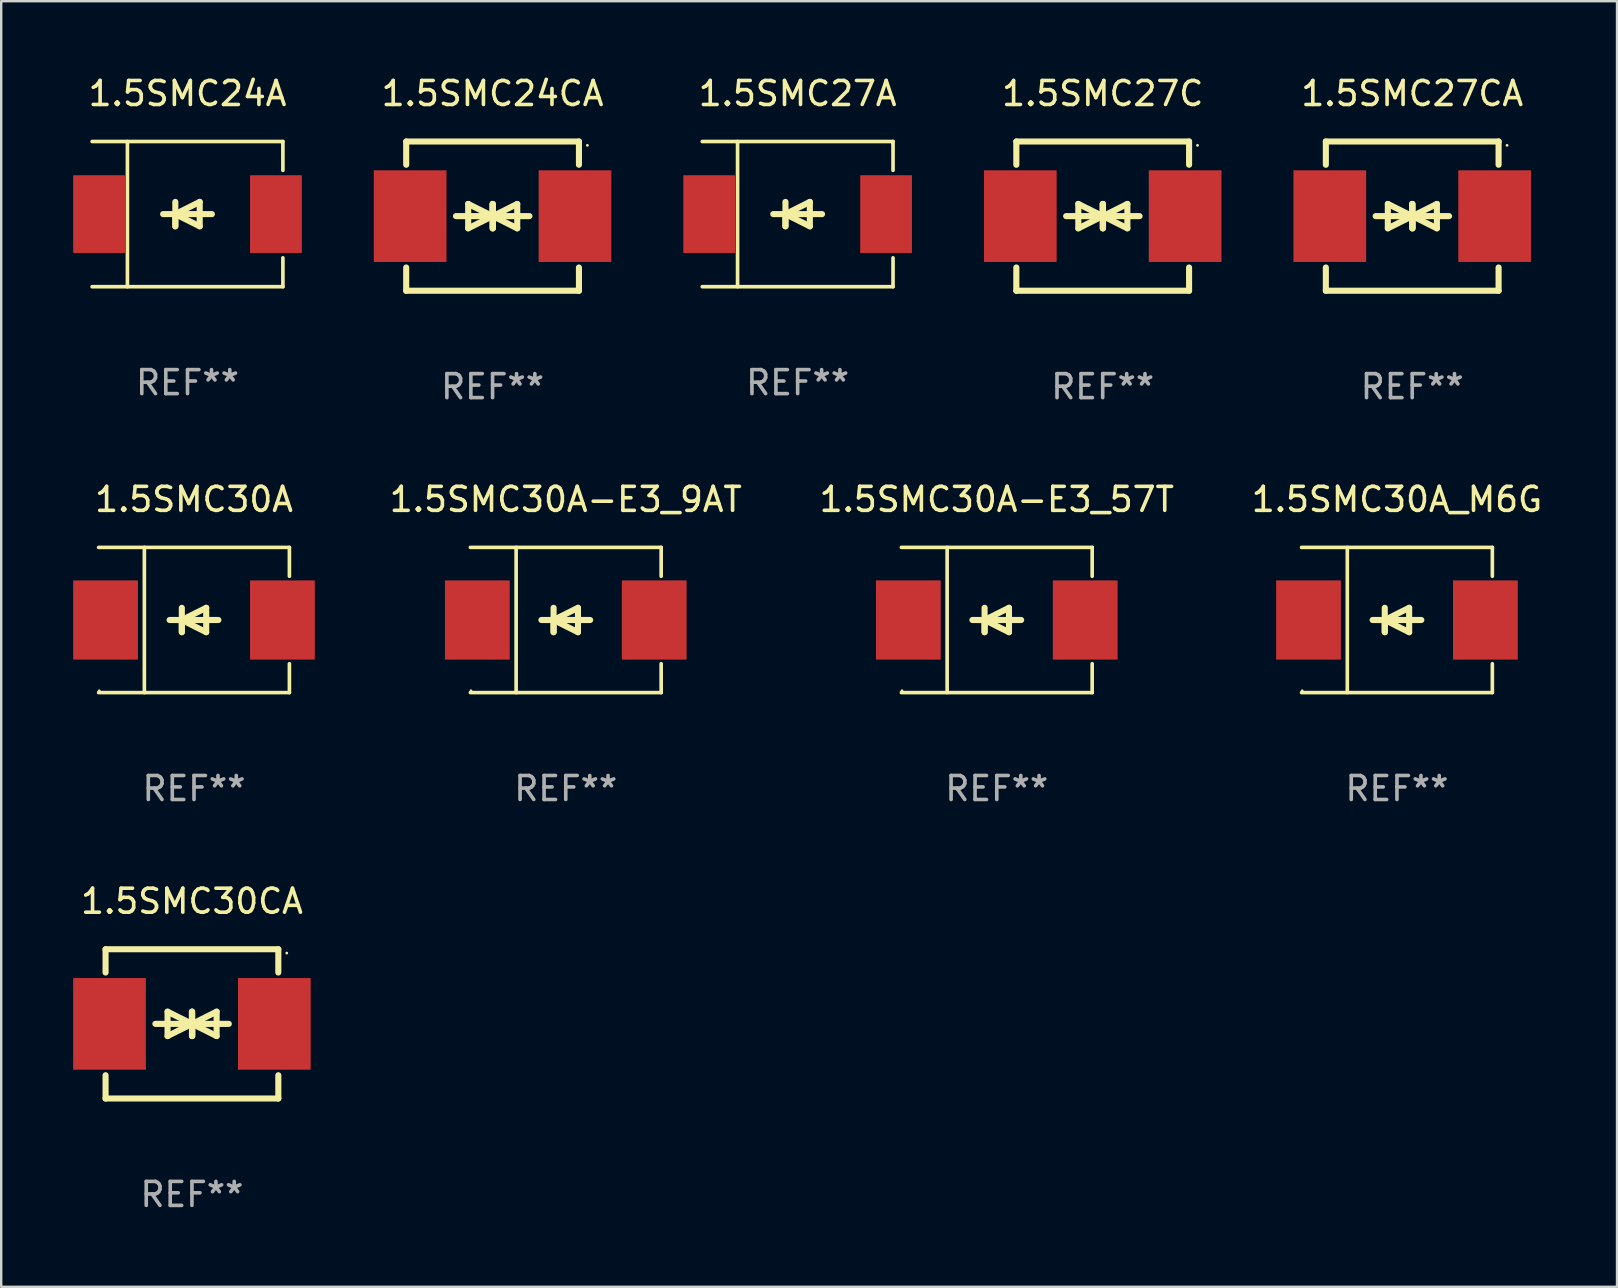
<source format=kicad_pcb>
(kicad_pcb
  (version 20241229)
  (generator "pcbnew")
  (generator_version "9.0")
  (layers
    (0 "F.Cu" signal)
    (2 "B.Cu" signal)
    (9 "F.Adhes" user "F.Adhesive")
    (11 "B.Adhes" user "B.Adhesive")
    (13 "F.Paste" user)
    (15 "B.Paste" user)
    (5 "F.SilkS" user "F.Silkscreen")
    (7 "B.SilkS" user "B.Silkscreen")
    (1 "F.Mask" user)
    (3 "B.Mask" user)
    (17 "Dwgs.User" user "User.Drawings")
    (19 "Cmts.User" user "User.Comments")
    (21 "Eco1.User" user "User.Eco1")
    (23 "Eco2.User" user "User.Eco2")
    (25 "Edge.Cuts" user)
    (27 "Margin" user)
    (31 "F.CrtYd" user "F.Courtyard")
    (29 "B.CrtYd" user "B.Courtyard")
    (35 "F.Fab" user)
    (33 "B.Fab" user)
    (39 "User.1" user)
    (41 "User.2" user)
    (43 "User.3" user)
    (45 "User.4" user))
  (footprint "1.5SMC27C"
    (layer "F.Cu")
    (at 42.91 5.958)
    (property "Reference" "1.5SMC27C" (at 0 -5.11 0) (layer "F.SilkS") (effects (font (size 1 1) (thickness 0.15))))
    (attr through_hole)
    (fp_line (start -3.6 -2.141) (end -3.6 -3.11) (stroke (width 0.254) (type solid)) (layer "F.SilkS"))
    (fp_line (start -3.6 3.11) (end -3.6 2.141) (stroke (width 0.254) (type solid)) (layer "F.SilkS"))
    (fp_line (start -1.524 0) (end 0.508 0) (stroke (width 0.254) (type solid)) (layer "F.SilkS"))
    (fp_line (start -1.016 -0.508) (end -1.016 0.508) (stroke (width 0.254) (type solid)) (layer "F.SilkS"))
    (fp_line (start -1.016 0.508) (end 0 0) (stroke (width 0.254) (type solid)) (layer "F.SilkS"))
    (fp_line (start 0 -0.508) (end 0 0.508) (stroke (width 0.254) (type solid)) (layer "F.SilkS"))
    (fp_line (start 0 0) (end -1.016 -0.508) (stroke (width 0.254) (type solid)) (layer "F.SilkS"))
    (fp_line (start 0 0) (end 0 -0.508) (stroke (width 0.254) (type solid)) (layer "F.SilkS"))
    (fp_line (start 0.012 0) (end 0.012 0.508) (stroke (width 0.254) (type solid)) (layer "F.SilkS"))
    (fp_line (start 0.012 0) (end 1.028 0.508) (stroke (width 0.254) (type solid)) (layer "F.SilkS"))
    (fp_line (start 0.012 0.508) (end 0.012 -0.508) (stroke (width 0.254) (type solid)) (layer "F.SilkS"))
    (fp_line (start 1.028 -0.508) (end 0.012 0) (stroke (width 0.254) (type solid)) (layer "F.SilkS"))
    (fp_line (start 1.028 0.508) (end 1.028 -0.508) (stroke (width 0.254) (type solid)) (layer "F.SilkS"))
    (fp_line (start 1.536 0) (end -0.496 0) (stroke (width 0.254) (type solid)) (layer "F.SilkS"))
    (fp_line (start 3.6 -3.11) (end -3.6 -3.11) (stroke (width 0.254) (type solid)) (layer "F.SilkS"))
    (fp_line (start 3.6 -2.141) (end 3.6 -3.11) (stroke (width 0.254) (type solid)) (layer "F.SilkS"))
    (fp_line (start 3.6 3.11) (end -3.6 3.11) (stroke (width 0.254) (type solid)) (layer "F.SilkS"))
    (fp_line (start 3.6 3.11) (end 3.6 2.141) (stroke (width 0.254) (type solid)) (layer "F.SilkS"))
    (fp_circle (center 3.952 -2.95) (end 3.982 -2.95) (stroke (width 0.06) (type solid)) (fill no) (layer "F.SilkS"))
    (fp_text user "REF**" (at 0 7.11 0) (layer "F.Fab") (effects (font (size 1 1) (thickness 0.15))))
    (pad "1" smd rect (at 3.435 0) (size 3.03 3.82) (layers "F.Cu" "F.Mask" "F.Paste"))
    (pad "2" smd rect (at -3.435 0) (size 3.03 3.82) (layers "F.Cu" "F.Mask" "F.Paste")))
  (footprint "1.5SMC27CA"
    (layer "F.Cu")
    (at 55.81 5.958)
    (property "Reference" "1.5SMC27CA" (at 0 -5.11 0) (layer "F.SilkS") (effects (font (size 1 1) (thickness 0.15))))
    (attr through_hole)
    (fp_line (start -3.6 -2.141) (end -3.6 -3.11) (stroke (width 0.254) (type solid)) (layer "F.SilkS"))
    (fp_line (start -3.6 3.11) (end -3.6 2.141) (stroke (width 0.254) (type solid)) (layer "F.SilkS"))
    (fp_line (start -1.524 0) (end 0.508 0) (stroke (width 0.254) (type solid)) (layer "F.SilkS"))
    (fp_line (start -1.016 -0.508) (end -1.016 0.508) (stroke (width 0.254) (type solid)) (layer "F.SilkS"))
    (fp_line (start -1.016 0.508) (end 0 0) (stroke (width 0.254) (type solid)) (layer "F.SilkS"))
    (fp_line (start 0 -0.508) (end 0 0.508) (stroke (width 0.254) (type solid)) (layer "F.SilkS"))
    (fp_line (start 0 0) (end -1.016 -0.508) (stroke (width 0.254) (type solid)) (layer "F.SilkS"))
    (fp_line (start 0 0) (end 0 -0.508) (stroke (width 0.254) (type solid)) (layer "F.SilkS"))
    (fp_line (start 0.012 0) (end 0.012 0.508) (stroke (width 0.254) (type solid)) (layer "F.SilkS"))
    (fp_line (start 0.012 0) (end 1.028 0.508) (stroke (width 0.254) (type solid)) (layer "F.SilkS"))
    (fp_line (start 0.012 0.508) (end 0.012 -0.508) (stroke (width 0.254) (type solid)) (layer "F.SilkS"))
    (fp_line (start 1.028 -0.508) (end 0.012 0) (stroke (width 0.254) (type solid)) (layer "F.SilkS"))
    (fp_line (start 1.028 0.508) (end 1.028 -0.508) (stroke (width 0.254) (type solid)) (layer "F.SilkS"))
    (fp_line (start 1.536 0) (end -0.496 0) (stroke (width 0.254) (type solid)) (layer "F.SilkS"))
    (fp_line (start 3.6 -3.11) (end -3.6 -3.11) (stroke (width 0.254) (type solid)) (layer "F.SilkS"))
    (fp_line (start 3.6 -2.141) (end 3.6 -3.11) (stroke (width 0.254) (type solid)) (layer "F.SilkS"))
    (fp_line (start 3.6 3.11) (end -3.6 3.11) (stroke (width 0.254) (type solid)) (layer "F.SilkS"))
    (fp_line (start 3.6 3.11) (end 3.6 2.141) (stroke (width 0.254) (type solid)) (layer "F.SilkS"))
    (fp_circle (center 3.952 -2.95) (end 3.982 -2.95) (stroke (width 0.06) (type solid)) (fill no) (layer "F.SilkS"))
    (fp_text user "REF**" (at 0 7.11 0) (layer "F.Fab") (effects (font (size 1 1) (thickness 0.15))))
    (pad "1" smd rect (at 3.435 0) (size 3.03 3.82) (layers "F.Cu" "F.Mask" "F.Paste"))
    (pad "2" smd rect (at -3.435 0) (size 3.03 3.82) (layers "F.Cu" "F.Mask" "F.Paste")))
  (footprint "1.5SMC30A-E3_9AT"
    (layer "F.Cu")
    (at 20.531 22.791)
    (property "Reference" "1.5SMC30A-E3_9AT" (at 0 -5.026 0) (layer "F.SilkS") (effects (font (size 1 1) (thickness 0.15))))
    (attr through_hole)
    (fp_line (start -3.976 -3.026) (end 3.976 -3.026) (stroke (width 0.152) (type solid)) (layer "F.SilkS"))
    (fp_line (start -3.976 3.026) (end 3.976 3.026) (stroke (width 0.152) (type solid)) (layer "F.SilkS"))
    (fp_line (start -2.069 -3.026) (end -2.069 3.026) (stroke (width 0.152) (type solid)) (layer "F.SilkS"))
    (fp_line (start -0.508 0) (end -0.508 0.508) (stroke (width 0.254) (type solid)) (layer "F.SilkS"))
    (fp_line (start -0.508 0) (end 0.508 0.508) (stroke (width 0.254) (type solid)) (layer "F.SilkS"))
    (fp_line (start -0.508 0.508) (end -0.508 -0.508) (stroke (width 0.254) (type solid)) (layer "F.SilkS"))
    (fp_line (start 0.508 -0.508) (end -0.508 0) (stroke (width 0.254) (type solid)) (layer "F.SilkS"))
    (fp_line (start 0.508 0.508) (end 0.508 -0.508) (stroke (width 0.254) (type solid)) (layer "F.SilkS"))
    (fp_line (start 1.016 0) (end -1.016 0) (stroke (width 0.254) (type solid)) (layer "F.SilkS"))
    (fp_line (start 3.976 -3.026) (end 3.976 -1.823) (stroke (width 0.152) (type solid)) (layer "F.SilkS"))
    (fp_line (start 3.976 3.026) (end 3.976 1.823) (stroke (width 0.152) (type solid)) (layer "F.SilkS"))
    (fp_circle (center -3.95 2.95) (end -3.92 2.95) (stroke (width 0.06) (type solid)) (fill no) (layer "F.SilkS"))
    (fp_text user "REF**" (at 0 7.026 0) (layer "F.Fab") (effects (font (size 1 1) (thickness 0.15))))
    (pad "1" smd rect (at -3.686 0) (size 2.7 3.3) (layers "F.Cu" "F.Mask" "F.Paste"))
    (pad "2" smd rect (at 3.686 0) (size 2.7 3.3) (layers "F.Cu" "F.Mask" "F.Paste")))
  (footprint "1.5SMC30CA"
    (layer "F.Cu")
    (at 4.95 39.624)
    (property "Reference" "1.5SMC30CA" (at 0 -5.11 0) (layer "F.SilkS") (effects (font (size 1 1) (thickness 0.15))))
    (attr through_hole)
    (fp_line (start -3.6 -2.141) (end -3.6 -3.11) (stroke (width 0.254) (type solid)) (layer "F.SilkS"))
    (fp_line (start -3.6 3.11) (end -3.6 2.141) (stroke (width 0.254) (type solid)) (layer "F.SilkS"))
    (fp_line (start -1.524 0) (end 0.508 0) (stroke (width 0.254) (type solid)) (layer "F.SilkS"))
    (fp_line (start -1.016 -0.508) (end -1.016 0.508) (stroke (width 0.254) (type solid)) (layer "F.SilkS"))
    (fp_line (start -1.016 0.508) (end 0 0) (stroke (width 0.254) (type solid)) (layer "F.SilkS"))
    (fp_line (start 0 -0.508) (end 0 0.508) (stroke (width 0.254) (type solid)) (layer "F.SilkS"))
    (fp_line (start 0 0) (end -1.016 -0.508) (stroke (width 0.254) (type solid)) (layer "F.SilkS"))
    (fp_line (start 0 0) (end 0 -0.508) (stroke (width 0.254) (type solid)) (layer "F.SilkS"))
    (fp_line (start 0.012 0) (end 0.012 0.508) (stroke (width 0.254) (type solid)) (layer "F.SilkS"))
    (fp_line (start 0.012 0) (end 1.028 0.508) (stroke (width 0.254) (type solid)) (layer "F.SilkS"))
    (fp_line (start 0.012 0.508) (end 0.012 -0.508) (stroke (width 0.254) (type solid)) (layer "F.SilkS"))
    (fp_line (start 1.028 -0.508) (end 0.012 0) (stroke (width 0.254) (type solid)) (layer "F.SilkS"))
    (fp_line (start 1.028 0.508) (end 1.028 -0.508) (stroke (width 0.254) (type solid)) (layer "F.SilkS"))
    (fp_line (start 1.536 0) (end -0.496 0) (stroke (width 0.254) (type solid)) (layer "F.SilkS"))
    (fp_line (start 3.6 -3.11) (end -3.6 -3.11) (stroke (width 0.254) (type solid)) (layer "F.SilkS"))
    (fp_line (start 3.6 -2.141) (end 3.6 -3.11) (stroke (width 0.254) (type solid)) (layer "F.SilkS"))
    (fp_line (start 3.6 3.11) (end -3.6 3.11) (stroke (width 0.254) (type solid)) (layer "F.SilkS"))
    (fp_line (start 3.6 3.11) (end 3.6 2.141) (stroke (width 0.254) (type solid)) (layer "F.SilkS"))
    (fp_circle (center 3.952 -2.95) (end 3.982 -2.95) (stroke (width 0.06) (type solid)) (fill no) (layer "F.SilkS"))
    (fp_text user "REF**" (at 0 7.11 0) (layer "F.Fab") (effects (font (size 1 1) (thickness 0.15))))
    (pad "1" smd rect (at 3.435 0) (size 3.03 3.82) (layers "F.Cu" "F.Mask" "F.Paste"))
    (pad "2" smd rect (at -3.435 0) (size 3.03 3.82) (layers "F.Cu" "F.Mask" "F.Paste")))
  (footprint "1.5SMC24CA"
    (layer "F.Cu")
    (at 17.48 5.958)
    (property "Reference" "1.5SMC24CA" (at 0 -5.11 0) (layer "F.SilkS") (effects (font (size 1 1) (thickness 0.15))))
    (attr through_hole)
    (fp_line (start -3.6 -2.141) (end -3.6 -3.11) (stroke (width 0.254) (type solid)) (layer "F.SilkS"))
    (fp_line (start -3.6 3.11) (end -3.6 2.141) (stroke (width 0.254) (type solid)) (layer "F.SilkS"))
    (fp_line (start -1.524 0) (end 0.508 0) (stroke (width 0.254) (type solid)) (layer "F.SilkS"))
    (fp_line (start -1.016 -0.508) (end -1.016 0.508) (stroke (width 0.254) (type solid)) (layer "F.SilkS"))
    (fp_line (start -1.016 0.508) (end 0 0) (stroke (width 0.254) (type solid)) (layer "F.SilkS"))
    (fp_line (start 0 -0.508) (end 0 0.508) (stroke (width 0.254) (type solid)) (layer "F.SilkS"))
    (fp_line (start 0 0) (end -1.016 -0.508) (stroke (width 0.254) (type solid)) (layer "F.SilkS"))
    (fp_line (start 0 0) (end 0 -0.508) (stroke (width 0.254) (type solid)) (layer "F.SilkS"))
    (fp_line (start 0.012 0) (end 0.012 0.508) (stroke (width 0.254) (type solid)) (layer "F.SilkS"))
    (fp_line (start 0.012 0) (end 1.028 0.508) (stroke (width 0.254) (type solid)) (layer "F.SilkS"))
    (fp_line (start 0.012 0.508) (end 0.012 -0.508) (stroke (width 0.254) (type solid)) (layer "F.SilkS"))
    (fp_line (start 1.028 -0.508) (end 0.012 0) (stroke (width 0.254) (type solid)) (layer "F.SilkS"))
    (fp_line (start 1.028 0.508) (end 1.028 -0.508) (stroke (width 0.254) (type solid)) (layer "F.SilkS"))
    (fp_line (start 1.536 0) (end -0.496 0) (stroke (width 0.254) (type solid)) (layer "F.SilkS"))
    (fp_line (start 3.6 -3.11) (end -3.6 -3.11) (stroke (width 0.254) (type solid)) (layer "F.SilkS"))
    (fp_line (start 3.6 -2.141) (end 3.6 -3.11) (stroke (width 0.254) (type solid)) (layer "F.SilkS"))
    (fp_line (start 3.6 3.11) (end -3.6 3.11) (stroke (width 0.254) (type solid)) (layer "F.SilkS"))
    (fp_line (start 3.6 3.11) (end 3.6 2.141) (stroke (width 0.254) (type solid)) (layer "F.SilkS"))
    (fp_circle (center 3.952 -2.95) (end 3.982 -2.95) (stroke (width 0.06) (type solid)) (fill no) (layer "F.SilkS"))
    (fp_text user "REF**" (at 0 7.11 0) (layer "F.Fab") (effects (font (size 1 1) (thickness 0.15))))
    (pad "1" smd rect (at 3.435 0) (size 3.03 3.82) (layers "F.Cu" "F.Mask" "F.Paste"))
    (pad "2" smd rect (at -3.435 0) (size 3.03 3.82) (layers "F.Cu" "F.Mask" "F.Paste")))
  (footprint "1.5SMC27A"
    (layer "F.Cu")
    (at 30.195 5.874)
    (property "Reference" "1.5SMC27A" (at 0 -5.026 0) (layer "F.SilkS") (effects (font (size 1 1) (thickness 0.15))))
    (attr through_hole)
    (fp_line (start -3.976 -3.026) (end 3.976 -3.026) (stroke (width 0.152) (type solid)) (layer "F.SilkS"))
    (fp_line (start -3.976 3.026) (end 3.976 3.026) (stroke (width 0.152) (type solid)) (layer "F.SilkS"))
    (fp_line (start -2.504 -3.026) (end -2.504 3.026) (stroke (width 0.152) (type solid)) (layer "F.SilkS"))
    (fp_line (start -0.508 0) (end -0.508 0.508) (stroke (width 0.254) (type solid)) (layer "F.SilkS"))
    (fp_line (start -0.508 0) (end 0.508 0.508) (stroke (width 0.254) (type solid)) (layer "F.SilkS"))
    (fp_line (start -0.508 0.508) (end -0.508 -0.508) (stroke (width 0.254) (type solid)) (layer "F.SilkS"))
    (fp_line (start 0.508 -0.508) (end -0.508 0) (stroke (width 0.254) (type solid)) (layer "F.SilkS"))
    (fp_line (start 0.508 0.508) (end 0.508 -0.508) (stroke (width 0.254) (type solid)) (layer "F.SilkS"))
    (fp_line (start 1.016 0) (end -1.016 0) (stroke (width 0.254) (type solid)) (layer "F.SilkS"))
    (fp_line (start 3.976 -3.026) (end 3.976 -1.823) (stroke (width 0.152) (type solid)) (layer "F.SilkS"))
    (fp_line (start 3.976 3.026) (end 3.976 1.823) (stroke (width 0.152) (type solid)) (layer "F.SilkS"))
    (fp_circle (center 3.95 -2.95) (end 3.98 -2.95) (stroke (width 0.06) (type solid)) (fill no) (layer "F.SilkS"))
    (fp_text user "REF**" (at 0 7.026 0) (layer "F.Fab") (effects (font (size 1 1) (thickness 0.15))))
    (pad "1" smd rect (at 3.686 0 180) (size 2.158 3.24) (layers "F.Cu" "F.Mask" "F.Paste"))
    (pad "2" smd rect (at -3.686 0 180) (size 2.158 3.24) (layers "F.Cu" "F.Mask" "F.Paste")))
  (footprint "1.5SMC30A_M6G"
    (layer "F.Cu")
    (at 55.174 22.791)
    (property "Reference" "1.5SMC30A_M6G" (at 0 -5.026 0) (layer "F.SilkS") (effects (font (size 1 1) (thickness 0.15))))
    (attr through_hole)
    (fp_line (start -3.976 -3.026) (end 3.976 -3.026) (stroke (width 0.152) (type solid)) (layer "F.SilkS"))
    (fp_line (start -3.976 3.026) (end 3.976 3.026) (stroke (width 0.152) (type solid)) (layer "F.SilkS"))
    (fp_line (start -2.069 -3.026) (end -2.069 3.026) (stroke (width 0.152) (type solid)) (layer "F.SilkS"))
    (fp_line (start -0.508 0) (end -0.508 0.508) (stroke (width 0.254) (type solid)) (layer "F.SilkS"))
    (fp_line (start -0.508 0) (end 0.508 0.508) (stroke (width 0.254) (type solid)) (layer "F.SilkS"))
    (fp_line (start -0.508 0.508) (end -0.508 -0.508) (stroke (width 0.254) (type solid)) (layer "F.SilkS"))
    (fp_line (start 0.508 -0.508) (end -0.508 0) (stroke (width 0.254) (type solid)) (layer "F.SilkS"))
    (fp_line (start 0.508 0.508) (end 0.508 -0.508) (stroke (width 0.254) (type solid)) (layer "F.SilkS"))
    (fp_line (start 1.016 0) (end -1.016 0) (stroke (width 0.254) (type solid)) (layer "F.SilkS"))
    (fp_line (start 3.976 -3.026) (end 3.976 -1.823) (stroke (width 0.152) (type solid)) (layer "F.SilkS"))
    (fp_line (start 3.976 3.026) (end 3.976 1.823) (stroke (width 0.152) (type solid)) (layer "F.SilkS"))
    (fp_circle (center -3.95 2.95) (end -3.92 2.95) (stroke (width 0.06) (type solid)) (fill no) (layer "F.SilkS"))
    (fp_text user "REF**" (at 0 7.026 0) (layer "F.Fab") (effects (font (size 1 1) (thickness 0.15))))
    (pad "1" smd rect (at -3.686 0) (size 2.7 3.3) (layers "F.Cu" "F.Mask" "F.Paste"))
    (pad "2" smd rect (at 3.686 0) (size 2.7 3.3) (layers "F.Cu" "F.Mask" "F.Paste")))
  (footprint "1.5SMC30A"
    (layer "F.Cu")
    (at 5.036 22.791)
    (property "Reference" "1.5SMC30A" (at 0 -5.026 0) (layer "F.SilkS") (effects (font (size 1 1) (thickness 0.15))))
    (attr through_hole)
    (fp_line (start -3.976 -3.026) (end 3.976 -3.026) (stroke (width 0.152) (type solid)) (layer "F.SilkS"))
    (fp_line (start -3.976 3.026) (end 3.976 3.026) (stroke (width 0.152) (type solid)) (layer "F.SilkS"))
    (fp_line (start -2.069 -3.026) (end -2.069 3.026) (stroke (width 0.152) (type solid)) (layer "F.SilkS"))
    (fp_line (start -0.508 0) (end -0.508 0.508) (stroke (width 0.254) (type solid)) (layer "F.SilkS"))
    (fp_line (start -0.508 0) (end 0.508 0.508) (stroke (width 0.254) (type solid)) (layer "F.SilkS"))
    (fp_line (start -0.508 0.508) (end -0.508 -0.508) (stroke (width 0.254) (type solid)) (layer "F.SilkS"))
    (fp_line (start 0.508 -0.508) (end -0.508 0) (stroke (width 0.254) (type solid)) (layer "F.SilkS"))
    (fp_line (start 0.508 0.508) (end 0.508 -0.508) (stroke (width 0.254) (type solid)) (layer "F.SilkS"))
    (fp_line (start 1.016 0) (end -1.016 0) (stroke (width 0.254) (type solid)) (layer "F.SilkS"))
    (fp_line (start 3.976 -3.026) (end 3.976 -1.823) (stroke (width 0.152) (type solid)) (layer "F.SilkS"))
    (fp_line (start 3.976 3.026) (end 3.976 1.823) (stroke (width 0.152) (type solid)) (layer "F.SilkS"))
    (fp_circle (center -3.95 2.95) (end -3.92 2.95) (stroke (width 0.06) (type solid)) (fill no) (layer "F.SilkS"))
    (fp_text user "REF**" (at 0 7.026 0) (layer "F.Fab") (effects (font (size 1 1) (thickness 0.15))))
    (pad "1" smd rect (at -3.686 0) (size 2.7 3.3) (layers "F.Cu" "F.Mask" "F.Paste"))
    (pad "2" smd rect (at 3.686 0) (size 2.7 3.3) (layers "F.Cu" "F.Mask" "F.Paste")))
  (footprint "1.5SMC24A"
    (layer "F.Cu")
    (at 4.765 5.874)
    (property "Reference" "1.5SMC24A" (at 0 -5.026 0) (layer "F.SilkS") (effects (font (size 1 1) (thickness 0.15))))
    (attr through_hole)
    (fp_line (start -3.976 -3.026) (end 3.976 -3.026) (stroke (width 0.152) (type solid)) (layer "F.SilkS"))
    (fp_line (start -3.976 3.026) (end 3.976 3.026) (stroke (width 0.152) (type solid)) (layer "F.SilkS"))
    (fp_line (start -2.504 -3.026) (end -2.504 3.026) (stroke (width 0.152) (type solid)) (layer "F.SilkS"))
    (fp_line (start -0.508 0) (end -0.508 0.508) (stroke (width 0.254) (type solid)) (layer "F.SilkS"))
    (fp_line (start -0.508 0) (end 0.508 0.508) (stroke (width 0.254) (type solid)) (layer "F.SilkS"))
    (fp_line (start -0.508 0.508) (end -0.508 -0.508) (stroke (width 0.254) (type solid)) (layer "F.SilkS"))
    (fp_line (start 0.508 -0.508) (end -0.508 0) (stroke (width 0.254) (type solid)) (layer "F.SilkS"))
    (fp_line (start 0.508 0.508) (end 0.508 -0.508) (stroke (width 0.254) (type solid)) (layer "F.SilkS"))
    (fp_line (start 1.016 0) (end -1.016 0) (stroke (width 0.254) (type solid)) (layer "F.SilkS"))
    (fp_line (start 3.976 -3.026) (end 3.976 -1.823) (stroke (width 0.152) (type solid)) (layer "F.SilkS"))
    (fp_line (start 3.976 3.026) (end 3.976 1.823) (stroke (width 0.152) (type solid)) (layer "F.SilkS"))
    (fp_circle (center 3.95 -2.95) (end 3.98 -2.95) (stroke (width 0.06) (type solid)) (fill no) (layer "F.SilkS"))
    (fp_text user "REF**" (at 0 7.026 0) (layer "F.Fab") (effects (font (size 1 1) (thickness 0.15))))
    (pad "1" smd rect (at 3.686 0 180) (size 2.158 3.24) (layers "F.Cu" "F.Mask" "F.Paste"))
    (pad "2" smd rect (at -3.686 0 180) (size 2.158 3.24) (layers "F.Cu" "F.Mask" "F.Paste")))
  (footprint "1.5SMC30A-E3_57T"
    (layer "F.Cu")
    (at 38.495 22.791)
    (property "Reference" "1.5SMC30A-E3_57T" (at 0 -5.026 0) (layer "F.SilkS") (effects (font (size 1 1) (thickness 0.15))))
    (attr through_hole)
    (fp_line (start -3.976 -3.026) (end 3.976 -3.026) (stroke (width 0.152) (type solid)) (layer "F.SilkS"))
    (fp_line (start -3.976 3.026) (end 3.976 3.026) (stroke (width 0.152) (type solid)) (layer "F.SilkS"))
    (fp_line (start -2.069 -3.026) (end -2.069 3.026) (stroke (width 0.152) (type solid)) (layer "F.SilkS"))
    (fp_line (start -0.508 0) (end -0.508 0.508) (stroke (width 0.254) (type solid)) (layer "F.SilkS"))
    (fp_line (start -0.508 0) (end 0.508 0.508) (stroke (width 0.254) (type solid)) (layer "F.SilkS"))
    (fp_line (start -0.508 0.508) (end -0.508 -0.508) (stroke (width 0.254) (type solid)) (layer "F.SilkS"))
    (fp_line (start 0.508 -0.508) (end -0.508 0) (stroke (width 0.254) (type solid)) (layer "F.SilkS"))
    (fp_line (start 0.508 0.508) (end 0.508 -0.508) (stroke (width 0.254) (type solid)) (layer "F.SilkS"))
    (fp_line (start 1.016 0) (end -1.016 0) (stroke (width 0.254) (type solid)) (layer "F.SilkS"))
    (fp_line (start 3.976 -3.026) (end 3.976 -1.823) (stroke (width 0.152) (type solid)) (layer "F.SilkS"))
    (fp_line (start 3.976 3.026) (end 3.976 1.823) (stroke (width 0.152) (type solid)) (layer "F.SilkS"))
    (fp_circle (center -3.95 2.95) (end -3.92 2.95) (stroke (width 0.06) (type solid)) (fill no) (layer "F.SilkS"))
    (fp_text user "REF**" (at 0 7.026 0) (layer "F.Fab") (effects (font (size 1 1) (thickness 0.15))))
    (pad "1" smd rect (at -3.686 0) (size 2.7 3.3) (layers "F.Cu" "F.Mask" "F.Paste"))
    (pad "2" smd rect (at 3.686 0) (size 2.7 3.3) (layers "F.Cu" "F.Mask" "F.Paste")))
  (gr_rect
    (start -3 -3)
    (end 64.346 50.582)
    (stroke (width 0.1) (type default))
    (fill no)
    (layer "Edge.Cuts")))
</source>
